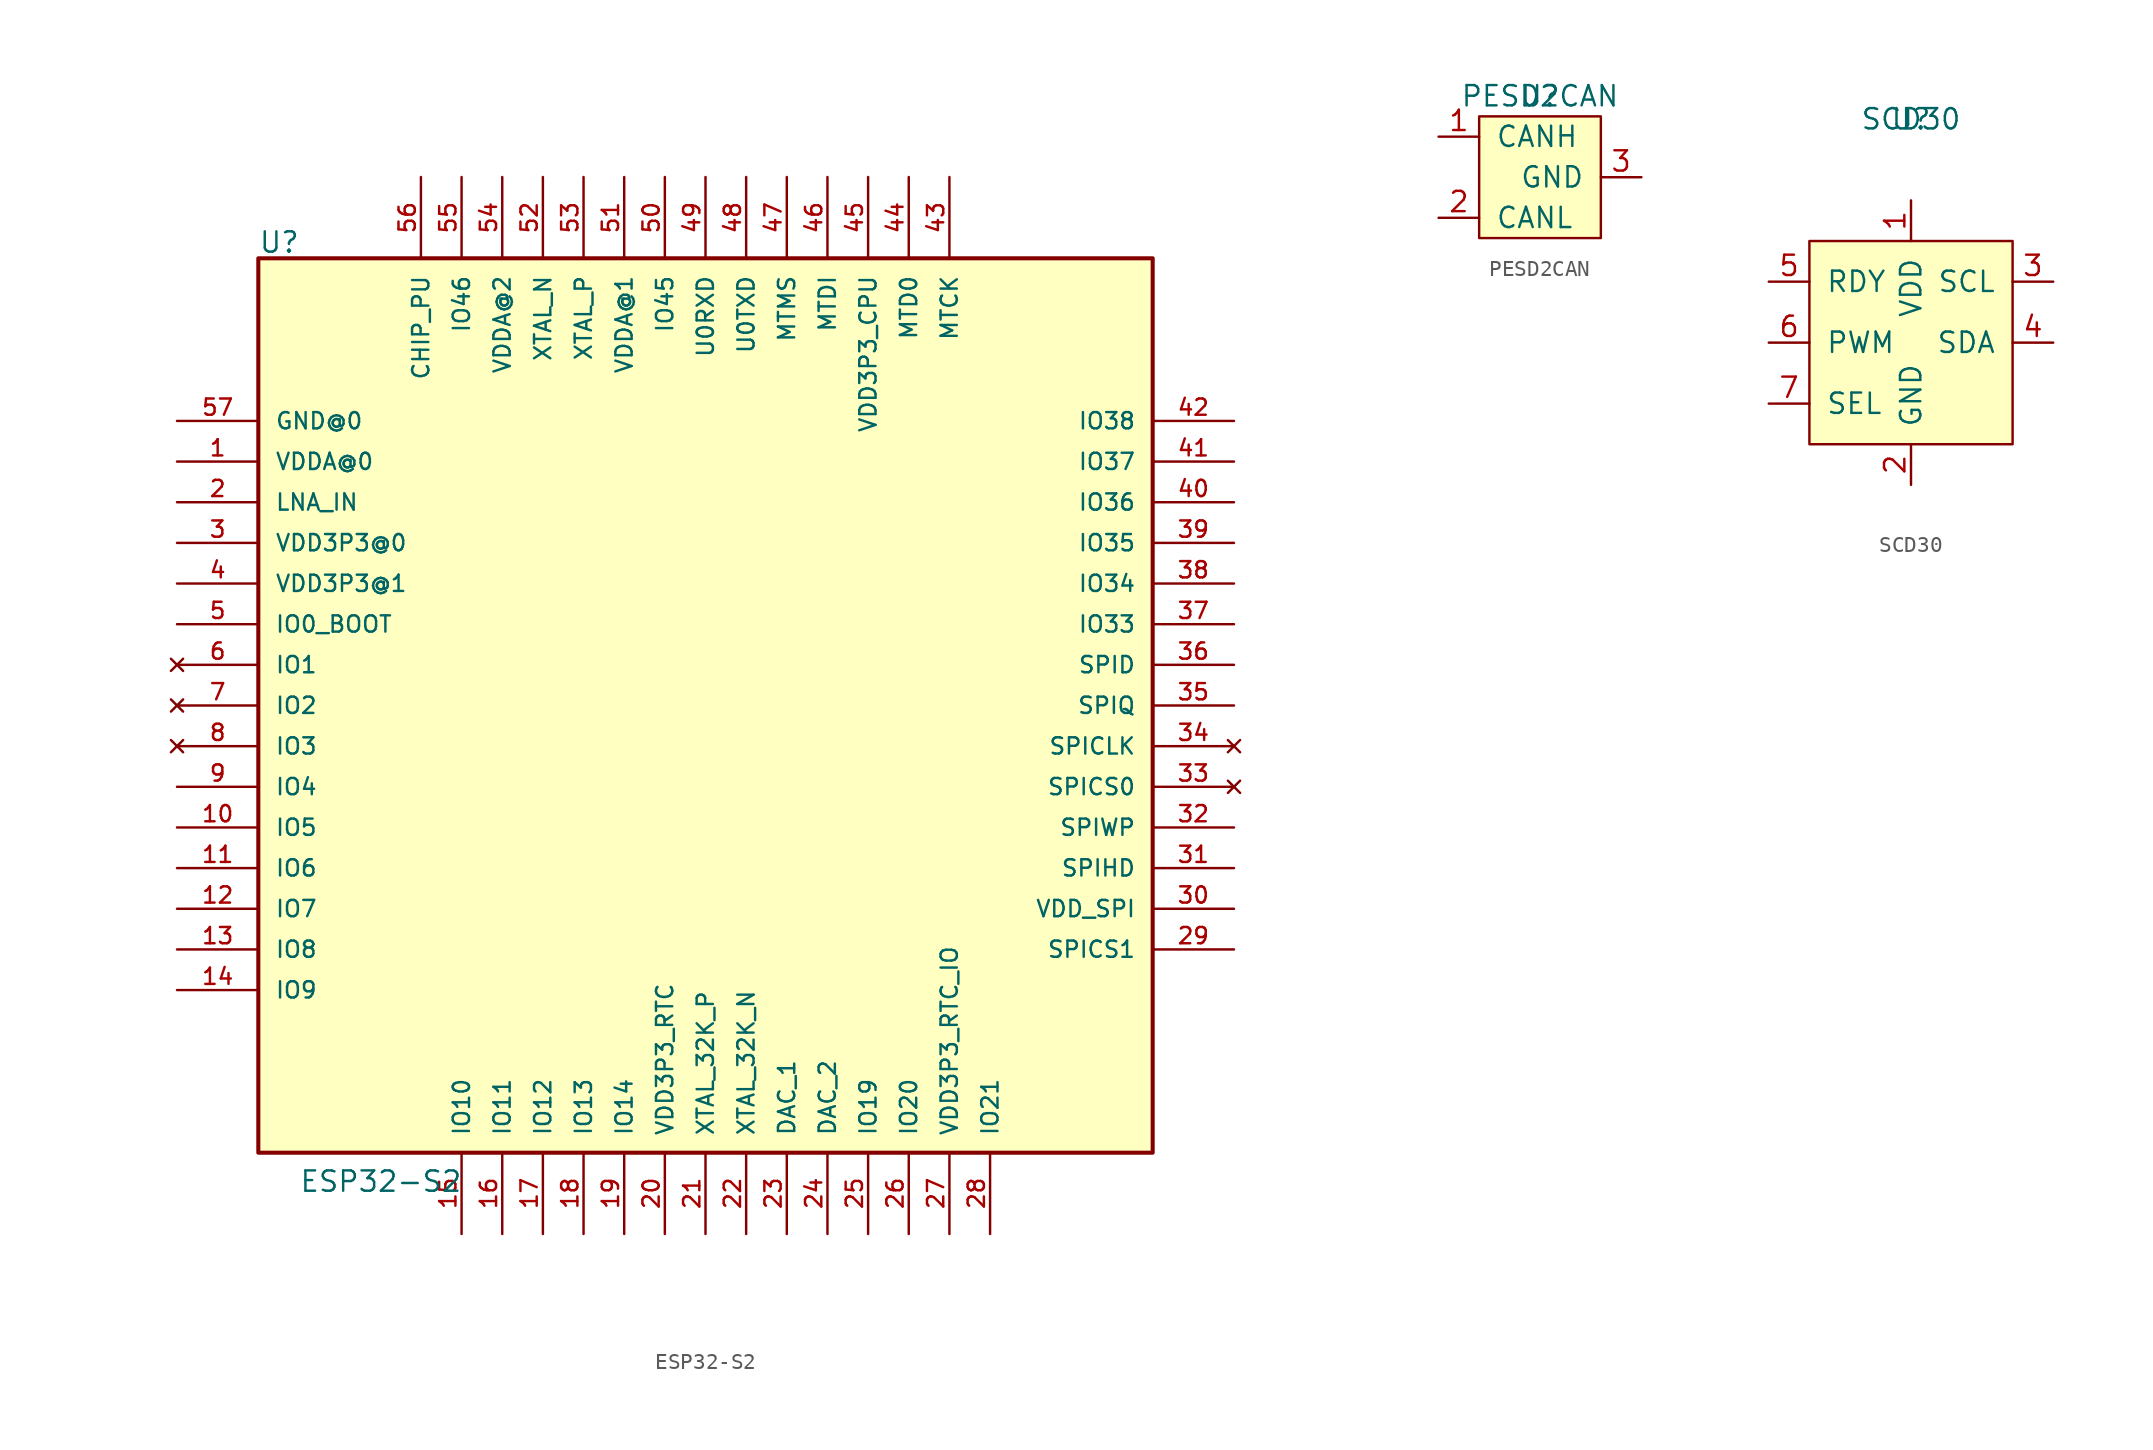
<source format=kicad_sym>
(kicad_symbol_lib
  (version 20211014)
  (generator kicad_symbol_editor)
  (symbol "ESP32-S2"
    (pin_names
      (offset 1.016))
    (property "Reference" "U"
      (at -27.94 28.194 0)
      (effects (font (size 1.27 1.27)) (justify left bottom)))
    (property "Value" "ESP32-S2"
      (at -25.4 -30.48 0)
      (effects (font (size 1.27 1.27)) (justify left bottom)))
    (symbol "ESP32-S2_0_0"
      (rectangle (start -27.94 -27.94) (end 27.94 27.94) (stroke (width 0.254) (type default) (color 0 0 0 0)) (fill (type background)))
      (pin power_in line (at -33.02 15.24 0) (length 5.08) (name "VDDA@0" (effects (font (size 1.016 1.016)))) (number "1" (effects (font (size 1.016 1.016)))))
      (pin bidirectional line (at -33.02 -7.62 0) (length 5.08) (name "IO5" (effects (font (size 1.016 1.016)))) (number "10" (effects (font (size 1.016 1.016)))))
      (pin bidirectional line (at -33.02 -10.16 0) (length 5.08) (name "IO6" (effects (font (size 1.016 1.016)))) (number "11" (effects (font (size 1.016 1.016)))))
      (pin bidirectional line (at -33.02 -12.7 0) (length 5.08) (name "IO7" (effects (font (size 1.016 1.016)))) (number "12" (effects (font (size 1.016 1.016)))))
      (pin bidirectional line (at -33.02 -15.24 0) (length 5.08) (name "IO8" (effects (font (size 1.016 1.016)))) (number "13" (effects (font (size 1.016 1.016)))))
      (pin bidirectional line (at -33.02 -17.78 0) (length 5.08) (name "IO9" (effects (font (size 1.016 1.016)))) (number "14" (effects (font (size 1.016 1.016)))))
      (pin bidirectional line (at -15.24 -33.02 90) (length 5.08) (name "IO10" (effects (font (size 1.016 1.016)))) (number "15" (effects (font (size 1.016 1.016)))))
      (pin bidirectional line (at -12.7 -33.02 90) (length 5.08) (name "IO11" (effects (font (size 1.016 1.016)))) (number "16" (effects (font (size 1.016 1.016)))))
      (pin bidirectional line (at -10.16 -33.02 90) (length 5.08) (name "IO12" (effects (font (size 1.016 1.016)))) (number "17" (effects (font (size 1.016 1.016)))))
      (pin bidirectional line (at -7.62 -33.02 90) (length 5.08) (name "IO13" (effects (font (size 1.016 1.016)))) (number "18" (effects (font (size 1.016 1.016)))))
      (pin bidirectional line (at -5.08 -33.02 90) (length 5.08) (name "IO14" (effects (font (size 1.016 1.016)))) (number "19" (effects (font (size 1.016 1.016)))))
      (pin bidirectional line (at -33.02 12.7 0) (length 5.08) (name "LNA_IN" (effects (font (size 1.016 1.016)))) (number "2" (effects (font (size 1.016 1.016)))))
      (pin power_in line (at -2.54 -33.02 90) (length 5.08) (name "VDD3P3_RTC" (effects (font (size 1.016 1.016)))) (number "20" (effects (font (size 1.016 1.016)))))
      (pin bidirectional line (at 0 -33.02 90) (length 5.08) (name "XTAL_32K_P" (effects (font (size 1.016 1.016)))) (number "21" (effects (font (size 1.016 1.016)))))
      (pin bidirectional line (at 2.54 -33.02 90) (length 5.08) (name "XTAL_32K_N" (effects (font (size 1.016 1.016)))) (number "22" (effects (font (size 1.016 1.016)))))
      (pin bidirectional line (at 5.08 -33.02 90) (length 5.08) (name "DAC_1" (effects (font (size 1.016 1.016)))) (number "23" (effects (font (size 1.016 1.016)))))
      (pin bidirectional line (at 7.62 -33.02 90) (length 5.08) (name "DAC_2" (effects (font (size 1.016 1.016)))) (number "24" (effects (font (size 1.016 1.016)))))
      (pin bidirectional line (at 10.16 -33.02 90) (length 5.08) (name "IO19" (effects (font (size 1.016 1.016)))) (number "25" (effects (font (size 1.016 1.016)))))
      (pin bidirectional line (at 12.7 -33.02 90) (length 5.08) (name "IO20" (effects (font (size 1.016 1.016)))) (number "26" (effects (font (size 1.016 1.016)))))
      (pin power_in line (at 15.24 -33.02 90) (length 5.08) (name "VDD3P3_RTC_IO" (effects (font (size 1.016 1.016)))) (number "27" (effects (font (size 1.016 1.016)))))
      (pin bidirectional line (at 17.78 -33.02 90) (length 5.08) (name "IO21" (effects (font (size 1.016 1.016)))) (number "28" (effects (font (size 1.016 1.016)))))
      (pin bidirectional line (at 33.02 -15.24 180) (length 5.08) (name "SPICS1" (effects (font (size 1.016 1.016)))) (number "29" (effects (font (size 1.016 1.016)))))
      (pin power_in line (at -33.02 10.16 0) (length 5.08) (name "VDD3P3@0" (effects (font (size 1.016 1.016)))) (number "3" (effects (font (size 1.016 1.016)))))
      (pin power_in line (at 33.02 -12.7 180) (length 5.08) (name "VDD_SPI" (effects (font (size 1.016 1.016)))) (number "30" (effects (font (size 1.016 1.016)))))
      (pin bidirectional line (at 33.02 -10.16 180) (length 5.08) (name "SPIHD" (effects (font (size 1.016 1.016)))) (number "31" (effects (font (size 1.016 1.016)))))
      (pin bidirectional line (at 33.02 -7.62 180) (length 5.08) (name "SPIWP" (effects (font (size 1.016 1.016)))) (number "32" (effects (font (size 1.016 1.016)))))
      (pin no_connect line (at 33.02 -5.08 180) (length 5.08) (name "SPICS0" (effects (font (size 1.016 1.016)))) (number "33" (effects (font (size 1.016 1.016)))))
      (pin no_connect line (at 33.02 -2.54 180) (length 5.08) (name "SPICLK" (effects (font (size 1.016 1.016)))) (number "34" (effects (font (size 1.016 1.016)))))
      (pin bidirectional line (at 33.02 0 180) (length 5.08) (name "SPIQ" (effects (font (size 1.016 1.016)))) (number "35" (effects (font (size 1.016 1.016)))))
      (pin bidirectional line (at 33.02 2.54 180) (length 5.08) (name "SPID" (effects (font (size 1.016 1.016)))) (number "36" (effects (font (size 1.016 1.016)))))
      (pin bidirectional line (at 33.02 5.08 180) (length 5.08) (name "IO33" (effects (font (size 1.016 1.016)))) (number "37" (effects (font (size 1.016 1.016)))))
      (pin bidirectional line (at 33.02 7.62 180) (length 5.08) (name "IO34" (effects (font (size 1.016 1.016)))) (number "38" (effects (font (size 1.016 1.016)))))
      (pin bidirectional line (at 33.02 10.16 180) (length 5.08) (name "IO35" (effects (font (size 1.016 1.016)))) (number "39" (effects (font (size 1.016 1.016)))))
      (pin power_in line (at -33.02 7.62 0) (length 5.08) (name "VDD3P3@1" (effects (font (size 1.016 1.016)))) (number "4" (effects (font (size 1.016 1.016)))))
      (pin bidirectional line (at 33.02 12.7 180) (length 5.08) (name "IO36" (effects (font (size 1.016 1.016)))) (number "40" (effects (font (size 1.016 1.016)))))
      (pin bidirectional line (at 33.02 15.24 180) (length 5.08) (name "IO37" (effects (font (size 1.016 1.016)))) (number "41" (effects (font (size 1.016 1.016)))))
      (pin bidirectional line (at 33.02 17.78 180) (length 5.08) (name "IO38" (effects (font (size 1.016 1.016)))) (number "42" (effects (font (size 1.016 1.016)))))
      (pin bidirectional line (at 15.24 33.02 270) (length 5.08) (name "MTCK" (effects (font (size 1.016 1.016)))) (number "43" (effects (font (size 1.016 1.016)))))
      (pin bidirectional line (at 12.7 33.02 270) (length 5.08) (name "MTD0" (effects (font (size 1.016 1.016)))) (number "44" (effects (font (size 1.016 1.016)))))
      (pin power_in line (at 10.16 33.02 270) (length 5.08) (name "VDD3P3_CPU" (effects (font (size 1.016 1.016)))) (number "45" (effects (font (size 1.016 1.016)))))
      (pin bidirectional line (at 7.62 33.02 270) (length 5.08) (name "MTDI" (effects (font (size 1.016 1.016)))) (number "46" (effects (font (size 1.016 1.016)))))
      (pin bidirectional line (at 5.08 33.02 270) (length 5.08) (name "MTMS" (effects (font (size 1.016 1.016)))) (number "47" (effects (font (size 1.016 1.016)))))
      (pin bidirectional line (at 2.54 33.02 270) (length 5.08) (name "U0TXD" (effects (font (size 1.016 1.016)))) (number "48" (effects (font (size 1.016 1.016)))))
      (pin bidirectional line (at 0 33.02 270) (length 5.08) (name "U0RXD" (effects (font (size 1.016 1.016)))) (number "49" (effects (font (size 1.016 1.016)))))
      (pin bidirectional line (at -33.02 5.08 0) (length 5.08) (name "IO0_BOOT" (effects (font (size 1.016 1.016)))) (number "5" (effects (font (size 1.016 1.016)))))
      (pin bidirectional line (at -2.54 33.02 270) (length 5.08) (name "IO45" (effects (font (size 1.016 1.016)))) (number "50" (effects (font (size 1.016 1.016)))))
      (pin power_in line (at -5.08 33.02 270) (length 5.08) (name "VDDA@1" (effects (font (size 1.016 1.016)))) (number "51" (effects (font (size 1.016 1.016)))))
      (pin bidirectional line (at -10.16 33.02 270) (length 5.08) (name "XTAL_N" (effects (font (size 1.016 1.016)))) (number "52" (effects (font (size 1.016 1.016)))))
      (pin bidirectional line (at -7.62 33.02 270) (length 5.08) (name "XTAL_P" (effects (font (size 1.016 1.016)))) (number "53" (effects (font (size 1.016 1.016)))))
      (pin power_in line (at -12.7 33.02 270) (length 5.08) (name "VDDA@2" (effects (font (size 1.016 1.016)))) (number "54" (effects (font (size 1.016 1.016)))))
      (pin input line (at -15.24 33.02 270) (length 5.08) (name "IO46" (effects (font (size 1.016 1.016)))) (number "55" (effects (font (size 1.016 1.016)))))
      (pin input line (at -17.78 33.02 270) (length 5.08) (name "CHIP_PU" (effects (font (size 1.016 1.016)))) (number "56" (effects (font (size 1.016 1.016)))))
      (pin power_in line (at -33.02 17.78 0) (length 5.08) (name "GND@0" (effects (font (size 1.016 1.016)))) (number "57" (effects (font (size 1.016 1.016)))))
      (pin no_connect line (at -33.02 2.54 0) (length 5.08) (name "IO1" (effects (font (size 1.016 1.016)))) (number "6" (effects (font (size 1.016 1.016)))))
      (pin no_connect line (at -33.02 0 0) (length 5.08) (name "IO2" (effects (font (size 1.016 1.016)))) (number "7" (effects (font (size 1.016 1.016)))))
      (pin no_connect line (at -33.02 -2.54 0) (length 5.08) (name "IO3" (effects (font (size 1.016 1.016)))) (number "8" (effects (font (size 1.016 1.016)))))
      (pin bidirectional line (at -33.02 -5.08 0) (length 5.08) (name "IO4" (effects (font (size 1.016 1.016)))) (number "9" (effects (font (size 1.016 1.016)))))))
  (symbol "PESD2CAN"
    (pin_names
      (offset 1.016))
    (property "Reference" "U"
      (at 0 0 0)
      (effects (font (size 1.27 1.27))))
    (property "Value" "PESD2CAN"
      (at 0 0 0)
      (effects (font (size 1.27 1.27))))
    (symbol "PESD2CAN_0_1"
      (rectangle (start -3.81 -1.27) (end 3.81 -8.89) (stroke (width 0) (type default) (color 0 0 0 0)) (fill (type background))))
    (symbol "PESD2CAN_1_1"
      (pin input line (at -6.35 -2.54 0) (length 2.54) (name "CANH" (effects (font (size 1.27 1.27)))) (number "1" (effects (font (size 1.27 1.27)))))
      (pin input line (at -6.35 -7.62 0) (length 2.54) (name "CANL" (effects (font (size 1.27 1.27)))) (number "2" (effects (font (size 1.27 1.27)))))
      (pin output line (at 6.35 -5.08 180) (length 2.54) (name "GND" (effects (font (size 1.27 1.27)))) (number "3" (effects (font (size 1.27 1.27)))))))
  (symbol "SCD30"
    (pin_names
      (offset 1.016))
    (property "Reference" "U"
      (at 0 0 0)
      (effects (font (size 1.27 1.27))))
    (property "Value" "SCD30"
      (at 0 0 0)
      (effects (font (size 1.27 1.27))))
    (symbol "SCD30_0_1"
      (rectangle (start -6.35 -7.62) (end 6.35 -20.32) (stroke (width 0) (type default) (color 0 0 0 0)) (fill (type background))))
    (symbol "SCD30_1_1"
      (pin input line (at 0 -5.08 270) (length 2.54) (name "VDD" (effects (font (size 1.27 1.27)))) (number "1" (effects (font (size 1.27 1.27)))))
      (pin input line (at 0 -22.86 90) (length 2.54) (name "GND" (effects (font (size 1.27 1.27)))) (number "2" (effects (font (size 1.27 1.27)))))
      (pin input line (at 8.89 -10.16 180) (length 2.54) (name "SCL" (effects (font (size 1.27 1.27)))) (number "3" (effects (font (size 1.27 1.27)))))
      (pin input line (at 8.89 -13.97 180) (length 2.54) (name "SDA" (effects (font (size 1.27 1.27)))) (number "4" (effects (font (size 1.27 1.27)))))
      (pin input line (at -8.89 -10.16 0) (length 2.54) (name "RDY" (effects (font (size 1.27 1.27)))) (number "5" (effects (font (size 1.27 1.27)))))
      (pin input line (at -8.89 -13.97 0) (length 2.54) (name "PWM" (effects (font (size 1.27 1.27)))) (number "6" (effects (font (size 1.27 1.27)))))
      (pin input line (at -8.89 -17.78 0) (length 2.54) (name "SEL" (effects (font (size 1.27 1.27)))) (number "7" (effects (font (size 1.27 1.27))))))))
</source>
